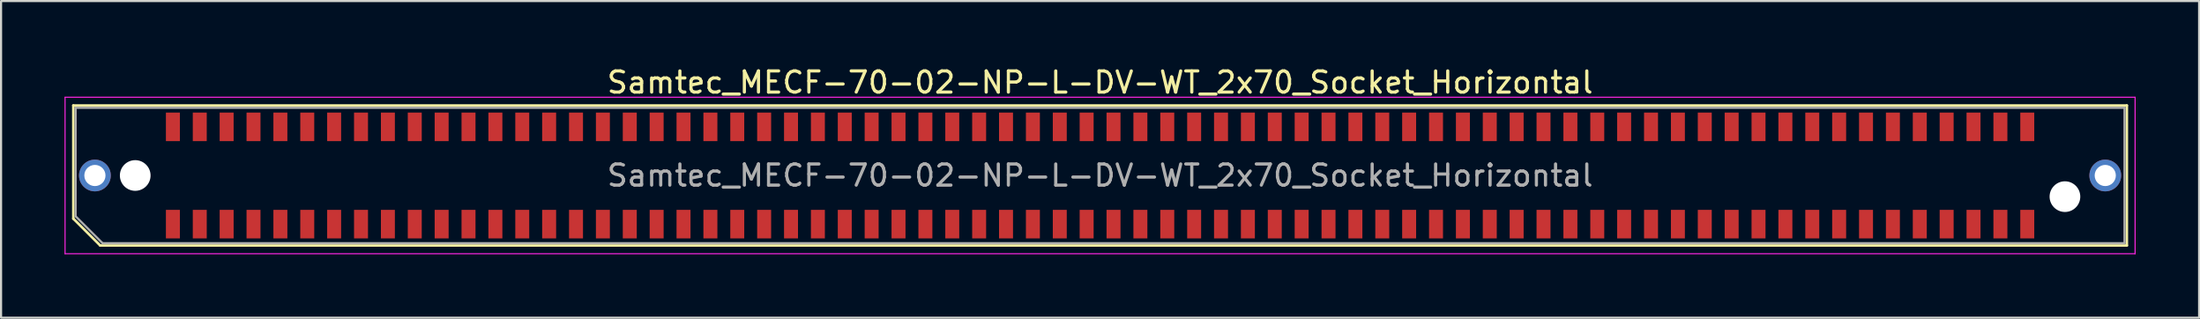
<source format=kicad_pcb>
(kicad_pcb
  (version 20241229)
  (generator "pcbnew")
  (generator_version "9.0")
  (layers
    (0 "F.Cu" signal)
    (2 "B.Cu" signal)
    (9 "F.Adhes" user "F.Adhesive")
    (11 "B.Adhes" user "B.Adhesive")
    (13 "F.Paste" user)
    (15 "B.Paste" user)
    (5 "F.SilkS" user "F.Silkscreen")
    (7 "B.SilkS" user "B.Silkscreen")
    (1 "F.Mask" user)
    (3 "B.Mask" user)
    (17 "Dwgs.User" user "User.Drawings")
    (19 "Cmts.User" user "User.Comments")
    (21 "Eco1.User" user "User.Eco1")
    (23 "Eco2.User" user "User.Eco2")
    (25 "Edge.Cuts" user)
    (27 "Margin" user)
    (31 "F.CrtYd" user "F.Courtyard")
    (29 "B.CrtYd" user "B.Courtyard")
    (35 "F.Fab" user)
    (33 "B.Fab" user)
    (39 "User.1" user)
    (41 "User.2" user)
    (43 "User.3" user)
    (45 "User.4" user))
  (footprint "Samtec_MECF-70-02-NP-L-DV-WT_2x70_Socket_Horizontal"
    (layer "F.Cu")
    (at 48.935 5.248)
    (property "Reference" "Samtec_MECF-70-02-NP-L-DV-WT_2x70_Socket_Horizontal" (at 0 -4.4 0) (layer "F.SilkS") (effects (font (size 1 1) (thickness 0.15))))
    (attr smd)
    (fp_line (start -48.52 -3.31) (end 48.52 -3.31) (stroke (width 0.12) (type solid)) (layer "F.SilkS"))
    (fp_line (start -48.52 2.04) (end -48.52 -3.31) (stroke (width 0.12) (type solid)) (layer "F.SilkS"))
    (fp_line (start -47.25 3.31) (end -48.52 2.04) (stroke (width 0.12) (type solid)) (layer "F.SilkS"))
    (fp_line (start -47.25 3.31) (end 48.52 3.31) (stroke (width 0.12) (type solid)) (layer "F.SilkS"))
    (fp_line (start 48.52 3.31) (end 48.52 -3.31) (stroke (width 0.12) (type solid)) (layer "F.SilkS"))
    (fp_line (start -48.91 -3.7) (end -48.91 3.7) (stroke (width 0.05) (type solid)) (layer "F.CrtYd"))
    (fp_line (start -48.91 3.7) (end 48.91 3.7) (stroke (width 0.05) (type solid)) (layer "F.CrtYd"))
    (fp_line (start 48.91 -3.7) (end -48.91 -3.7) (stroke (width 0.05) (type solid)) (layer "F.CrtYd"))
    (fp_line (start 48.91 3.7) (end 48.91 -3.7) (stroke (width 0.05) (type solid)) (layer "F.CrtYd"))
    (fp_line (start -48.41 -3.2) (end 48.41 -3.2) (stroke (width 0.1) (type solid)) (layer "F.Fab"))
    (fp_line (start -48.41 1.93) (end -48.41 -3.2) (stroke (width 0.1) (type solid)) (layer "F.Fab"))
    (fp_line (start -48.41 1.93) (end -47.14 3.2) (stroke (width 0.1) (type solid)) (layer "F.Fab"))
    (fp_line (start -47.14 3.2) (end 48.41 3.2) (stroke (width 0.1) (type solid)) (layer "F.Fab"))
    (fp_line (start 48.41 3.2) (end 48.41 -3.2) (stroke (width 0.1) (type solid)) (layer "F.Fab"))
    (fp_text user "${REFERENCE}" (at 0 0 0) (layer "F.Fab") (effects (font (size 1 1) (thickness 0.15))))
    (pad "" thru_hole circle (at -47.5 0) (size 1.5 1.5) (drill 1) (layers "*.Cu" "*.Mask"))
    (pad "" np_thru_hole circle (at -45.595 0) (size 1.45 1.45) (drill 1.45) (layers "*.Cu" "*.Mask"))
    (pad "" np_thru_hole circle (at 45.595 1) (size 1.45 1.45) (drill 1.45) (layers "*.Cu" "*.Mask"))
    (pad "" thru_hole circle (at 47.5 0) (size 1.5 1.5) (drill 1) (layers "*.Cu" "*.Mask"))
    (pad "1" smd rect (at -43.815 2.3) (size 0.66 1.35) (layers "F.Cu" "F.Mask" "F.Paste"))
    (pad "2" smd rect (at -43.815 -2.3) (size 0.66 1.35) (layers "F.Cu" "F.Mask" "F.Paste"))
    (pad "3" smd rect (at -42.545 2.3) (size 0.66 1.35) (layers "F.Cu" "F.Mask" "F.Paste"))
    (pad "4" smd rect (at -42.545 -2.3) (size 0.66 1.35) (layers "F.Cu" "F.Mask" "F.Paste"))
    (pad "5" smd rect (at -41.275 2.3) (size 0.66 1.35) (layers "F.Cu" "F.Mask" "F.Paste"))
    (pad "6" smd rect (at -41.275 -2.3) (size 0.66 1.35) (layers "F.Cu" "F.Mask" "F.Paste"))
    (pad "7" smd rect (at -40.005 2.3) (size 0.66 1.35) (layers "F.Cu" "F.Mask" "F.Paste"))
    (pad "8" smd rect (at -40.005 -2.3) (size 0.66 1.35) (layers "F.Cu" "F.Mask" "F.Paste"))
    (pad "9" smd rect (at -38.735 2.3) (size 0.66 1.35) (layers "F.Cu" "F.Mask" "F.Paste"))
    (pad "10" smd rect (at -38.735 -2.3) (size 0.66 1.35) (layers "F.Cu" "F.Mask" "F.Paste"))
    (pad "11" smd rect (at -37.465 2.3) (size 0.66 1.35) (layers "F.Cu" "F.Mask" "F.Paste"))
    (pad "12" smd rect (at -37.465 -2.3) (size 0.66 1.35) (layers "F.Cu" "F.Mask" "F.Paste"))
    (pad "13" smd rect (at -36.195 2.3) (size 0.66 1.35) (layers "F.Cu" "F.Mask" "F.Paste"))
    (pad "14" smd rect (at -36.195 -2.3) (size 0.66 1.35) (layers "F.Cu" "F.Mask" "F.Paste"))
    (pad "15" smd rect (at -34.925 2.3) (size 0.66 1.35) (layers "F.Cu" "F.Mask" "F.Paste"))
    (pad "16" smd rect (at -34.925 -2.3) (size 0.66 1.35) (layers "F.Cu" "F.Mask" "F.Paste"))
    (pad "17" smd rect (at -33.655 2.3) (size 0.66 1.35) (layers "F.Cu" "F.Mask" "F.Paste"))
    (pad "18" smd rect (at -33.655 -2.3) (size 0.66 1.35) (layers "F.Cu" "F.Mask" "F.Paste"))
    (pad "19" smd rect (at -32.385 2.3) (size 0.66 1.35) (layers "F.Cu" "F.Mask" "F.Paste"))
    (pad "20" smd rect (at -32.385 -2.3) (size 0.66 1.35) (layers "F.Cu" "F.Mask" "F.Paste"))
    (pad "21" smd rect (at -31.115 2.3) (size 0.66 1.35) (layers "F.Cu" "F.Mask" "F.Paste"))
    (pad "22" smd rect (at -31.115 -2.3) (size 0.66 1.35) (layers "F.Cu" "F.Mask" "F.Paste"))
    (pad "23" smd rect (at -29.845 2.3) (size 0.66 1.35) (layers "F.Cu" "F.Mask" "F.Paste"))
    (pad "24" smd rect (at -29.845 -2.3) (size 0.66 1.35) (layers "F.Cu" "F.Mask" "F.Paste"))
    (pad "25" smd rect (at -28.575 2.3) (size 0.66 1.35) (layers "F.Cu" "F.Mask" "F.Paste"))
    (pad "26" smd rect (at -28.575 -2.3) (size 0.66 1.35) (layers "F.Cu" "F.Mask" "F.Paste"))
    (pad "27" smd rect (at -27.305 2.3) (size 0.66 1.35) (layers "F.Cu" "F.Mask" "F.Paste"))
    (pad "28" smd rect (at -27.305 -2.3) (size 0.66 1.35) (layers "F.Cu" "F.Mask" "F.Paste"))
    (pad "29" smd rect (at -26.035 2.3) (size 0.66 1.35) (layers "F.Cu" "F.Mask" "F.Paste"))
    (pad "30" smd rect (at -26.035 -2.3) (size 0.66 1.35) (layers "F.Cu" "F.Mask" "F.Paste"))
    (pad "31" smd rect (at -24.765 2.3) (size 0.66 1.35) (layers "F.Cu" "F.Mask" "F.Paste"))
    (pad "32" smd rect (at -24.765 -2.3) (size 0.66 1.35) (layers "F.Cu" "F.Mask" "F.Paste"))
    (pad "33" smd rect (at -23.495 2.3) (size 0.66 1.35) (layers "F.Cu" "F.Mask" "F.Paste"))
    (pad "34" smd rect (at -23.495 -2.3) (size 0.66 1.35) (layers "F.Cu" "F.Mask" "F.Paste"))
    (pad "35" smd rect (at -22.225 2.3) (size 0.66 1.35) (layers "F.Cu" "F.Mask" "F.Paste"))
    (pad "36" smd rect (at -22.225 -2.3) (size 0.66 1.35) (layers "F.Cu" "F.Mask" "F.Paste"))
    (pad "37" smd rect (at -20.955 2.3) (size 0.66 1.35) (layers "F.Cu" "F.Mask" "F.Paste"))
    (pad "38" smd rect (at -20.955 -2.3) (size 0.66 1.35) (layers "F.Cu" "F.Mask" "F.Paste"))
    (pad "39" smd rect (at -19.685 2.3) (size 0.66 1.35) (layers "F.Cu" "F.Mask" "F.Paste"))
    (pad "40" smd rect (at -19.685 -2.3) (size 0.66 1.35) (layers "F.Cu" "F.Mask" "F.Paste"))
    (pad "41" smd rect (at -18.415 2.3) (size 0.66 1.35) (layers "F.Cu" "F.Mask" "F.Paste"))
    (pad "42" smd rect (at -18.415 -2.3) (size 0.66 1.35) (layers "F.Cu" "F.Mask" "F.Paste"))
    (pad "43" smd rect (at -17.145 2.3) (size 0.66 1.35) (layers "F.Cu" "F.Mask" "F.Paste"))
    (pad "44" smd rect (at -17.145 -2.3) (size 0.66 1.35) (layers "F.Cu" "F.Mask" "F.Paste"))
    (pad "45" smd rect (at -15.875 2.3) (size 0.66 1.35) (layers "F.Cu" "F.Mask" "F.Paste"))
    (pad "46" smd rect (at -15.875 -2.3) (size 0.66 1.35) (layers "F.Cu" "F.Mask" "F.Paste"))
    (pad "47" smd rect (at -14.605 2.3) (size 0.66 1.35) (layers "F.Cu" "F.Mask" "F.Paste"))
    (pad "48" smd rect (at -14.605 -2.3) (size 0.66 1.35) (layers "F.Cu" "F.Mask" "F.Paste"))
    (pad "49" smd rect (at -13.335 2.3) (size 0.66 1.35) (layers "F.Cu" "F.Mask" "F.Paste"))
    (pad "50" smd rect (at -13.335 -2.3) (size 0.66 1.35) (layers "F.Cu" "F.Mask" "F.Paste"))
    (pad "51" smd rect (at -12.065 2.3) (size 0.66 1.35) (layers "F.Cu" "F.Mask" "F.Paste"))
    (pad "52" smd rect (at -12.065 -2.3) (size 0.66 1.35) (layers "F.Cu" "F.Mask" "F.Paste"))
    (pad "53" smd rect (at -10.795 2.3) (size 0.66 1.35) (layers "F.Cu" "F.Mask" "F.Paste"))
    (pad "54" smd rect (at -10.795 -2.3) (size 0.66 1.35) (layers "F.Cu" "F.Mask" "F.Paste"))
    (pad "55" smd rect (at -9.525 2.3) (size 0.66 1.35) (layers "F.Cu" "F.Mask" "F.Paste"))
    (pad "56" smd rect (at -9.525 -2.3) (size 0.66 1.35) (layers "F.Cu" "F.Mask" "F.Paste"))
    (pad "57" smd rect (at -8.255 2.3) (size 0.66 1.35) (layers "F.Cu" "F.Mask" "F.Paste"))
    (pad "58" smd rect (at -8.255 -2.3) (size 0.66 1.35) (layers "F.Cu" "F.Mask" "F.Paste"))
    (pad "59" smd rect (at -6.985 2.3) (size 0.66 1.35) (layers "F.Cu" "F.Mask" "F.Paste"))
    (pad "60" smd rect (at -6.985 -2.3) (size 0.66 1.35) (layers "F.Cu" "F.Mask" "F.Paste"))
    (pad "61" smd rect (at -5.715 2.3) (size 0.66 1.35) (layers "F.Cu" "F.Mask" "F.Paste"))
    (pad "62" smd rect (at -5.715 -2.3) (size 0.66 1.35) (layers "F.Cu" "F.Mask" "F.Paste"))
    (pad "63" smd rect (at -4.445 2.3) (size 0.66 1.35) (layers "F.Cu" "F.Mask" "F.Paste"))
    (pad "64" smd rect (at -4.445 -2.3) (size 0.66 1.35) (layers "F.Cu" "F.Mask" "F.Paste"))
    (pad "65" smd rect (at -3.175 2.3) (size 0.66 1.35) (layers "F.Cu" "F.Mask" "F.Paste"))
    (pad "66" smd rect (at -3.175 -2.3) (size 0.66 1.35) (layers "F.Cu" "F.Mask" "F.Paste"))
    (pad "67" smd rect (at -1.905 2.3) (size 0.66 1.35) (layers "F.Cu" "F.Mask" "F.Paste"))
    (pad "68" smd rect (at -1.905 -2.3) (size 0.66 1.35) (layers "F.Cu" "F.Mask" "F.Paste"))
    (pad "69" smd rect (at -0.635 2.3) (size 0.66 1.35) (layers "F.Cu" "F.Mask" "F.Paste"))
    (pad "70" smd rect (at -0.635 -2.3) (size 0.66 1.35) (layers "F.Cu" "F.Mask" "F.Paste"))
    (pad "71" smd rect (at 0.635 2.3) (size 0.66 1.35) (layers "F.Cu" "F.Mask" "F.Paste"))
    (pad "72" smd rect (at 0.635 -2.3) (size 0.66 1.35) (layers "F.Cu" "F.Mask" "F.Paste"))
    (pad "73" smd rect (at 1.905 2.3) (size 0.66 1.35) (layers "F.Cu" "F.Mask" "F.Paste"))
    (pad "74" smd rect (at 1.905 -2.3) (size 0.66 1.35) (layers "F.Cu" "F.Mask" "F.Paste"))
    (pad "75" smd rect (at 3.175 2.3) (size 0.66 1.35) (layers "F.Cu" "F.Mask" "F.Paste"))
    (pad "76" smd rect (at 3.175 -2.3) (size 0.66 1.35) (layers "F.Cu" "F.Mask" "F.Paste"))
    (pad "77" smd rect (at 4.445 2.3) (size 0.66 1.35) (layers "F.Cu" "F.Mask" "F.Paste"))
    (pad "78" smd rect (at 4.445 -2.3) (size 0.66 1.35) (layers "F.Cu" "F.Mask" "F.Paste"))
    (pad "79" smd rect (at 5.715 2.3) (size 0.66 1.35) (layers "F.Cu" "F.Mask" "F.Paste"))
    (pad "80" smd rect (at 5.715 -2.3) (size 0.66 1.35) (layers "F.Cu" "F.Mask" "F.Paste"))
    (pad "81" smd rect (at 6.985 2.3) (size 0.66 1.35) (layers "F.Cu" "F.Mask" "F.Paste"))
    (pad "82" smd rect (at 6.985 -2.3) (size 0.66 1.35) (layers "F.Cu" "F.Mask" "F.Paste"))
    (pad "83" smd rect (at 8.255 2.3) (size 0.66 1.35) (layers "F.Cu" "F.Mask" "F.Paste"))
    (pad "84" smd rect (at 8.255 -2.3) (size 0.66 1.35) (layers "F.Cu" "F.Mask" "F.Paste"))
    (pad "85" smd rect (at 9.525 2.3) (size 0.66 1.35) (layers "F.Cu" "F.Mask" "F.Paste"))
    (pad "86" smd rect (at 9.525 -2.3) (size 0.66 1.35) (layers "F.Cu" "F.Mask" "F.Paste"))
    (pad "87" smd rect (at 10.795 2.3) (size 0.66 1.35) (layers "F.Cu" "F.Mask" "F.Paste"))
    (pad "88" smd rect (at 10.795 -2.3) (size 0.66 1.35) (layers "F.Cu" "F.Mask" "F.Paste"))
    (pad "89" smd rect (at 12.065 2.3) (size 0.66 1.35) (layers "F.Cu" "F.Mask" "F.Paste"))
    (pad "90" smd rect (at 12.065 -2.3) (size 0.66 1.35) (layers "F.Cu" "F.Mask" "F.Paste"))
    (pad "91" smd rect (at 13.335 2.3) (size 0.66 1.35) (layers "F.Cu" "F.Mask" "F.Paste"))
    (pad "92" smd rect (at 13.335 -2.3) (size 0.66 1.35) (layers "F.Cu" "F.Mask" "F.Paste"))
    (pad "93" smd rect (at 14.605 2.3) (size 0.66 1.35) (layers "F.Cu" "F.Mask" "F.Paste"))
    (pad "94" smd rect (at 14.605 -2.3) (size 0.66 1.35) (layers "F.Cu" "F.Mask" "F.Paste"))
    (pad "95" smd rect (at 15.875 2.3) (size 0.66 1.35) (layers "F.Cu" "F.Mask" "F.Paste"))
    (pad "96" smd rect (at 15.875 -2.3) (size 0.66 1.35) (layers "F.Cu" "F.Mask" "F.Paste"))
    (pad "97" smd rect (at 17.145 2.3) (size 0.66 1.35) (layers "F.Cu" "F.Mask" "F.Paste"))
    (pad "98" smd rect (at 17.145 -2.3) (size 0.66 1.35) (layers "F.Cu" "F.Mask" "F.Paste"))
    (pad "99" smd rect (at 18.415 2.3) (size 0.66 1.35) (layers "F.Cu" "F.Mask" "F.Paste"))
    (pad "100" smd rect (at 18.415 -2.3) (size 0.66 1.35) (layers "F.Cu" "F.Mask" "F.Paste"))
    (pad "101" smd rect (at 19.685 2.3) (size 0.66 1.35) (layers "F.Cu" "F.Mask" "F.Paste"))
    (pad "102" smd rect (at 19.685 -2.3) (size 0.66 1.35) (layers "F.Cu" "F.Mask" "F.Paste"))
    (pad "103" smd rect (at 20.955 2.3) (size 0.66 1.35) (layers "F.Cu" "F.Mask" "F.Paste"))
    (pad "104" smd rect (at 20.955 -2.3) (size 0.66 1.35) (layers "F.Cu" "F.Mask" "F.Paste"))
    (pad "105" smd rect (at 22.225 2.3) (size 0.66 1.35) (layers "F.Cu" "F.Mask" "F.Paste"))
    (pad "106" smd rect (at 22.225 -2.3) (size 0.66 1.35) (layers "F.Cu" "F.Mask" "F.Paste"))
    (pad "107" smd rect (at 23.495 2.3) (size 0.66 1.35) (layers "F.Cu" "F.Mask" "F.Paste"))
    (pad "108" smd rect (at 23.495 -2.3) (size 0.66 1.35) (layers "F.Cu" "F.Mask" "F.Paste"))
    (pad "109" smd rect (at 24.765 2.3) (size 0.66 1.35) (layers "F.Cu" "F.Mask" "F.Paste"))
    (pad "110" smd rect (at 24.765 -2.3) (size 0.66 1.35) (layers "F.Cu" "F.Mask" "F.Paste"))
    (pad "111" smd rect (at 26.035 2.3) (size 0.66 1.35) (layers "F.Cu" "F.Mask" "F.Paste"))
    (pad "112" smd rect (at 26.035 -2.3) (size 0.66 1.35) (layers "F.Cu" "F.Mask" "F.Paste"))
    (pad "113" smd rect (at 27.305 2.3) (size 0.66 1.35) (layers "F.Cu" "F.Mask" "F.Paste"))
    (pad "114" smd rect (at 27.305 -2.3) (size 0.66 1.35) (layers "F.Cu" "F.Mask" "F.Paste"))
    (pad "115" smd rect (at 28.575 2.3) (size 0.66 1.35) (layers "F.Cu" "F.Mask" "F.Paste"))
    (pad "116" smd rect (at 28.575 -2.3) (size 0.66 1.35) (layers "F.Cu" "F.Mask" "F.Paste"))
    (pad "117" smd rect (at 29.845 2.3) (size 0.66 1.35) (layers "F.Cu" "F.Mask" "F.Paste"))
    (pad "118" smd rect (at 29.845 -2.3) (size 0.66 1.35) (layers "F.Cu" "F.Mask" "F.Paste"))
    (pad "119" smd rect (at 31.115 2.3) (size 0.66 1.35) (layers "F.Cu" "F.Mask" "F.Paste"))
    (pad "120" smd rect (at 31.115 -2.3) (size 0.66 1.35) (layers "F.Cu" "F.Mask" "F.Paste"))
    (pad "121" smd rect (at 32.385 2.3) (size 0.66 1.35) (layers "F.Cu" "F.Mask" "F.Paste"))
    (pad "122" smd rect (at 32.385 -2.3) (size 0.66 1.35) (layers "F.Cu" "F.Mask" "F.Paste"))
    (pad "123" smd rect (at 33.655 2.3) (size 0.66 1.35) (layers "F.Cu" "F.Mask" "F.Paste"))
    (pad "124" smd rect (at 33.655 -2.3) (size 0.66 1.35) (layers "F.Cu" "F.Mask" "F.Paste"))
    (pad "125" smd rect (at 34.925 2.3) (size 0.66 1.35) (layers "F.Cu" "F.Mask" "F.Paste"))
    (pad "126" smd rect (at 34.925 -2.3) (size 0.66 1.35) (layers "F.Cu" "F.Mask" "F.Paste"))
    (pad "127" smd rect (at 36.195 2.3) (size 0.66 1.35) (layers "F.Cu" "F.Mask" "F.Paste"))
    (pad "128" smd rect (at 36.195 -2.3) (size 0.66 1.35) (layers "F.Cu" "F.Mask" "F.Paste"))
    (pad "129" smd rect (at 37.465 2.3) (size 0.66 1.35) (layers "F.Cu" "F.Mask" "F.Paste"))
    (pad "130" smd rect (at 37.465 -2.3) (size 0.66 1.35) (layers "F.Cu" "F.Mask" "F.Paste"))
    (pad "131" smd rect (at 38.735 2.3) (size 0.66 1.35) (layers "F.Cu" "F.Mask" "F.Paste"))
    (pad "132" smd rect (at 38.735 -2.3) (size 0.66 1.35) (layers "F.Cu" "F.Mask" "F.Paste"))
    (pad "133" smd rect (at 40.005 2.3) (size 0.66 1.35) (layers "F.Cu" "F.Mask" "F.Paste"))
    (pad "134" smd rect (at 40.005 -2.3) (size 0.66 1.35) (layers "F.Cu" "F.Mask" "F.Paste"))
    (pad "135" smd rect (at 41.275 2.3) (size 0.66 1.35) (layers "F.Cu" "F.Mask" "F.Paste"))
    (pad "136" smd rect (at 41.275 -2.3) (size 0.66 1.35) (layers "F.Cu" "F.Mask" "F.Paste"))
    (pad "137" smd rect (at 42.545 2.3) (size 0.66 1.35) (layers "F.Cu" "F.Mask" "F.Paste"))
    (pad "138" smd rect (at 42.545 -2.3) (size 0.66 1.35) (layers "F.Cu" "F.Mask" "F.Paste"))
    (pad "139" smd rect (at 43.815 2.3) (size 0.66 1.35) (layers "F.Cu" "F.Mask" "F.Paste"))
    (pad "140" smd rect (at 43.815 -2.3) (size 0.66 1.35) (layers "F.Cu" "F.Mask" "F.Paste")))
  (gr_rect
    (start -3 -3)
    (end 100.87 11.973)
    (stroke (width 0.1) (type default))
    (fill no)
    (layer "Edge.Cuts")))
</source>
